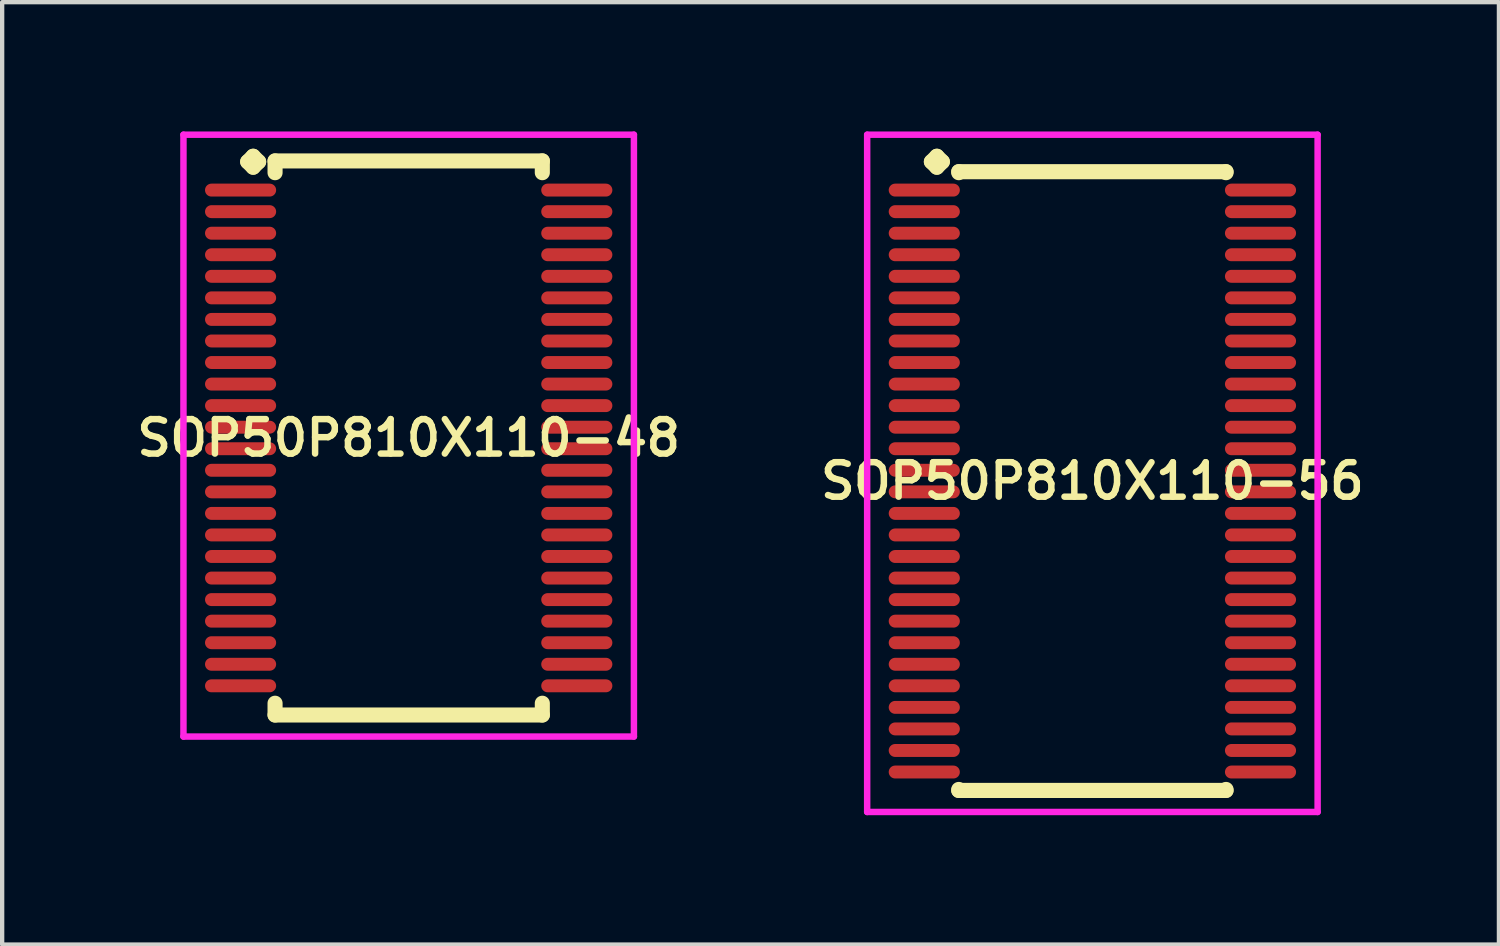
<source format=kicad_pcb>
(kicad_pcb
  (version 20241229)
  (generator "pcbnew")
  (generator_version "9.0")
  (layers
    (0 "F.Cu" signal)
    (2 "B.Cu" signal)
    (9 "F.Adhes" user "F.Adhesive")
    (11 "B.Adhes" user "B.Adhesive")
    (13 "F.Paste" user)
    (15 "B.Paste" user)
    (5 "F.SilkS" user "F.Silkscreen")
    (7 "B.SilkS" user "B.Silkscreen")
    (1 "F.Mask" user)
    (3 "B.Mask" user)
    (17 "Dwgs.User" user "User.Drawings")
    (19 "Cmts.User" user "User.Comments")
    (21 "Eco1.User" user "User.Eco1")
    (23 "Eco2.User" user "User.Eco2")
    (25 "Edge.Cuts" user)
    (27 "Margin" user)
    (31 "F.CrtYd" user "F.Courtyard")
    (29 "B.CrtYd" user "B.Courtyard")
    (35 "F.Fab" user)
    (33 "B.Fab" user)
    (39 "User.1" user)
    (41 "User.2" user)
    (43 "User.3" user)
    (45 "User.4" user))
  (footprint "SOP50P810X110-48"
    (layer "F.Cu")
    (at 6.431 7.11)
    (property "Reference" "SOP50P810X110-48" (at 0 0 0) (layer "F.SilkS") (effects (font (size 0.8 0.8) (thickness 0.15))))
    (attr through_hole)
    (fp_line (start -3.735 -6.408) (end -3.608 -6.535) (stroke (width 0.35) (type solid)) (layer "F.SilkS"))
    (fp_line (start -3.608 -6.535) (end -3.481 -6.408) (stroke (width 0.35) (type solid)) (layer "F.SilkS"))
    (fp_line (start -3.608 -6.281) (end -3.735 -6.408) (stroke (width 0.35) (type solid)) (layer "F.SilkS"))
    (fp_line (start -3.481 -6.408) (end -3.608 -6.281) (stroke (width 0.35) (type solid)) (layer "F.SilkS"))
    (fp_line (start -3.1 -6.427) (end 3.1 -6.427) (stroke (width 0.35) (type solid)) (layer "F.SilkS"))
    (fp_line (start -3.1 -6.154) (end -3.1 -6.427) (stroke (width 0.35) (type solid)) (layer "F.SilkS"))
    (fp_line (start -3.1 6.154) (end -3.1 6.427) (stroke (width 0.35) (type solid)) (layer "F.SilkS"))
    (fp_line (start -3.1 6.427) (end 3.1 6.427) (stroke (width 0.35) (type solid)) (layer "F.SilkS"))
    (fp_line (start 3.1 -6.427) (end 3.1 -6.154) (stroke (width 0.35) (type solid)) (layer "F.SilkS"))
    (fp_line (start 3.1 6.427) (end 3.1 6.154) (stroke (width 0.35) (type solid)) (layer "F.SilkS"))
    (fp_line (start -5.225 -7.035) (end 5.225 -7.035) (stroke (width 0.15) (type solid)) (layer "F.CrtYd"))
    (fp_line (start -5.225 6.927) (end -5.225 -7.035) (stroke (width 0.15) (type solid)) (layer "F.CrtYd"))
    (fp_line (start 5.225 -7.035) (end 5.225 6.927) (stroke (width 0.15) (type solid)) (layer "F.CrtYd"))
    (fp_line (start 5.225 6.927) (end -5.225 6.927) (stroke (width 0.15) (type solid)) (layer "F.CrtYd"))
    (pad "1" smd oval (at -3.9 -5.75) (size 1.65 0.3) (layers "F.Cu" "F.Mask" "F.Paste"))
    (pad "2" smd oval (at -3.9 -5.25) (size 1.65 0.3) (layers "F.Cu" "F.Mask" "F.Paste"))
    (pad "3" smd oval (at -3.9 -4.75) (size 1.65 0.3) (layers "F.Cu" "F.Mask" "F.Paste"))
    (pad "4" smd oval (at -3.9 -4.25) (size 1.65 0.3) (layers "F.Cu" "F.Mask" "F.Paste"))
    (pad "5" smd oval (at -3.9 -3.75) (size 1.65 0.3) (layers "F.Cu" "F.Mask" "F.Paste"))
    (pad "6" smd oval (at -3.9 -3.25) (size 1.65 0.3) (layers "F.Cu" "F.Mask" "F.Paste"))
    (pad "7" smd oval (at -3.9 -2.75) (size 1.65 0.3) (layers "F.Cu" "F.Mask" "F.Paste"))
    (pad "8" smd oval (at -3.9 -2.25) (size 1.65 0.3) (layers "F.Cu" "F.Mask" "F.Paste"))
    (pad "9" smd oval (at -3.9 -1.75) (size 1.65 0.3) (layers "F.Cu" "F.Mask" "F.Paste"))
    (pad "10" smd oval (at -3.9 -1.25) (size 1.65 0.3) (layers "F.Cu" "F.Mask" "F.Paste"))
    (pad "11" smd oval (at -3.9 -0.75) (size 1.65 0.3) (layers "F.Cu" "F.Mask" "F.Paste"))
    (pad "12" smd oval (at -3.9 -0.25) (size 1.65 0.3) (layers "F.Cu" "F.Mask" "F.Paste"))
    (pad "13" smd oval (at -3.9 0.25) (size 1.65 0.3) (layers "F.Cu" "F.Mask" "F.Paste"))
    (pad "14" smd oval (at -3.9 0.75) (size 1.65 0.3) (layers "F.Cu" "F.Mask" "F.Paste"))
    (pad "15" smd oval (at -3.9 1.25) (size 1.65 0.3) (layers "F.Cu" "F.Mask" "F.Paste"))
    (pad "16" smd oval (at -3.9 1.75) (size 1.65 0.3) (layers "F.Cu" "F.Mask" "F.Paste"))
    (pad "17" smd oval (at -3.9 2.25) (size 1.65 0.3) (layers "F.Cu" "F.Mask" "F.Paste"))
    (pad "18" smd oval (at -3.9 2.75) (size 1.65 0.3) (layers "F.Cu" "F.Mask" "F.Paste"))
    (pad "19" smd oval (at -3.9 3.25) (size 1.65 0.3) (layers "F.Cu" "F.Mask" "F.Paste"))
    (pad "20" smd oval (at -3.9 3.75) (size 1.65 0.3) (layers "F.Cu" "F.Mask" "F.Paste"))
    (pad "21" smd oval (at -3.9 4.25) (size 1.65 0.3) (layers "F.Cu" "F.Mask" "F.Paste"))
    (pad "22" smd oval (at -3.9 4.75) (size 1.65 0.3) (layers "F.Cu" "F.Mask" "F.Paste"))
    (pad "23" smd oval (at -3.9 5.25) (size 1.65 0.3) (layers "F.Cu" "F.Mask" "F.Paste"))
    (pad "24" smd oval (at -3.9 5.75) (size 1.65 0.3) (layers "F.Cu" "F.Mask" "F.Paste"))
    (pad "25" smd oval (at 3.9 5.75) (size 1.65 0.3) (layers "F.Cu" "F.Mask" "F.Paste"))
    (pad "26" smd oval (at 3.9 5.25) (size 1.65 0.3) (layers "F.Cu" "F.Mask" "F.Paste"))
    (pad "27" smd oval (at 3.9 4.75) (size 1.65 0.3) (layers "F.Cu" "F.Mask" "F.Paste"))
    (pad "28" smd oval (at 3.9 4.25) (size 1.65 0.3) (layers "F.Cu" "F.Mask" "F.Paste"))
    (pad "29" smd oval (at 3.9 3.75) (size 1.65 0.3) (layers "F.Cu" "F.Mask" "F.Paste"))
    (pad "30" smd oval (at 3.9 3.25) (size 1.65 0.3) (layers "F.Cu" "F.Mask" "F.Paste"))
    (pad "31" smd oval (at 3.9 2.75) (size 1.65 0.3) (layers "F.Cu" "F.Mask" "F.Paste"))
    (pad "32" smd oval (at 3.9 2.25) (size 1.65 0.3) (layers "F.Cu" "F.Mask" "F.Paste"))
    (pad "33" smd oval (at 3.9 1.75) (size 1.65 0.3) (layers "F.Cu" "F.Mask" "F.Paste"))
    (pad "34" smd oval (at 3.9 1.25) (size 1.65 0.3) (layers "F.Cu" "F.Mask" "F.Paste"))
    (pad "35" smd oval (at 3.9 0.75) (size 1.65 0.3) (layers "F.Cu" "F.Mask" "F.Paste"))
    (pad "36" smd oval (at 3.9 0.25) (size 1.65 0.3) (layers "F.Cu" "F.Mask" "F.Paste"))
    (pad "37" smd oval (at 3.9 -0.25) (size 1.65 0.3) (layers "F.Cu" "F.Mask" "F.Paste"))
    (pad "38" smd oval (at 3.9 -0.75) (size 1.65 0.3) (layers "F.Cu" "F.Mask" "F.Paste"))
    (pad "39" smd oval (at 3.9 -1.25) (size 1.65 0.3) (layers "F.Cu" "F.Mask" "F.Paste"))
    (pad "40" smd oval (at 3.9 -1.75) (size 1.65 0.3) (layers "F.Cu" "F.Mask" "F.Paste"))
    (pad "41" smd oval (at 3.9 -2.25) (size 1.65 0.3) (layers "F.Cu" "F.Mask" "F.Paste"))
    (pad "42" smd oval (at 3.9 -2.75) (size 1.65 0.3) (layers "F.Cu" "F.Mask" "F.Paste"))
    (pad "43" smd oval (at 3.9 -3.25) (size 1.65 0.3) (layers "F.Cu" "F.Mask" "F.Paste"))
    (pad "44" smd oval (at 3.9 -3.75) (size 1.65 0.3) (layers "F.Cu" "F.Mask" "F.Paste"))
    (pad "45" smd oval (at 3.9 -4.25) (size 1.65 0.3) (layers "F.Cu" "F.Mask" "F.Paste"))
    (pad "46" smd oval (at 3.9 -4.75) (size 1.65 0.3) (layers "F.Cu" "F.Mask" "F.Paste"))
    (pad "47" smd oval (at 3.9 -5.25) (size 1.65 0.3) (layers "F.Cu" "F.Mask" "F.Paste"))
    (pad "48" smd oval (at 3.9 -5.75) (size 1.65 0.3) (layers "F.Cu" "F.Mask" "F.Paste")))
  (footprint "SOP50P810X110-56"
    (layer "F.Cu")
    (at 22.292 8.11)
    (property "Reference" "SOP50P810X110-56" (at 0 0 0) (layer "F.SilkS") (effects (font (size 0.8 0.8) (thickness 0.15))))
    (attr smd)
    (fp_line (start -3.735 -7.408) (end -3.608 -7.535) (stroke (width 0.35) (type solid)) (layer "F.SilkS"))
    (fp_line (start -3.608 -7.535) (end -3.481 -7.408) (stroke (width 0.35) (type solid)) (layer "F.SilkS"))
    (fp_line (start -3.608 -7.281) (end -3.735 -7.408) (stroke (width 0.35) (type solid)) (layer "F.SilkS"))
    (fp_line (start -3.481 -7.408) (end -3.608 -7.281) (stroke (width 0.35) (type solid)) (layer "F.SilkS"))
    (fp_line (start -3.1 -7.177) (end 3.1 -7.177) (stroke (width 0.35) (type solid)) (layer "F.SilkS"))
    (fp_line (start -3.1 -7.154) (end -3.1 -7.177) (stroke (width 0.35) (type solid)) (layer "F.SilkS"))
    (fp_line (start -3.1 7.154) (end -3.1 7.177) (stroke (width 0.35) (type solid)) (layer "F.SilkS"))
    (fp_line (start -3.1 7.177) (end 3.1 7.177) (stroke (width 0.35) (type solid)) (layer "F.SilkS"))
    (fp_line (start 3.1 -7.177) (end 3.1 -7.154) (stroke (width 0.35) (type solid)) (layer "F.SilkS"))
    (fp_line (start 3.1 7.177) (end 3.1 7.154) (stroke (width 0.35) (type solid)) (layer "F.SilkS"))
    (fp_line (start -5.225 -8.035) (end 5.225 -8.035) (stroke (width 0.15) (type solid)) (layer "F.CrtYd"))
    (fp_line (start -5.225 7.677) (end -5.225 -8.035) (stroke (width 0.15) (type solid)) (layer "F.CrtYd"))
    (fp_line (start 5.225 -8.035) (end 5.225 7.677) (stroke (width 0.15) (type solid)) (layer "F.CrtYd"))
    (fp_line (start 5.225 7.677) (end -5.225 7.677) (stroke (width 0.15) (type solid)) (layer "F.CrtYd"))
    (pad "1" smd oval (at -3.9 -6.75) (size 1.65 0.3) (layers "F.Cu" "F.Mask" "F.Paste"))
    (pad "2" smd oval (at -3.9 -6.25) (size 1.65 0.3) (layers "F.Cu" "F.Mask" "F.Paste"))
    (pad "3" smd oval (at -3.9 -5.75) (size 1.65 0.3) (layers "F.Cu" "F.Mask" "F.Paste"))
    (pad "4" smd oval (at -3.9 -5.25) (size 1.65 0.3) (layers "F.Cu" "F.Mask" "F.Paste"))
    (pad "5" smd oval (at -3.9 -4.75) (size 1.65 0.3) (layers "F.Cu" "F.Mask" "F.Paste"))
    (pad "6" smd oval (at -3.9 -4.25) (size 1.65 0.3) (layers "F.Cu" "F.Mask" "F.Paste"))
    (pad "7" smd oval (at -3.9 -3.75) (size 1.65 0.3) (layers "F.Cu" "F.Mask" "F.Paste"))
    (pad "8" smd oval (at -3.9 -3.25) (size 1.65 0.3) (layers "F.Cu" "F.Mask" "F.Paste"))
    (pad "9" smd oval (at -3.9 -2.75) (size 1.65 0.3) (layers "F.Cu" "F.Mask" "F.Paste"))
    (pad "10" smd oval (at -3.9 -2.25) (size 1.65 0.3) (layers "F.Cu" "F.Mask" "F.Paste"))
    (pad "11" smd oval (at -3.9 -1.75) (size 1.65 0.3) (layers "F.Cu" "F.Mask" "F.Paste"))
    (pad "12" smd oval (at -3.9 -1.25) (size 1.65 0.3) (layers "F.Cu" "F.Mask" "F.Paste"))
    (pad "13" smd oval (at -3.9 -0.75) (size 1.65 0.3) (layers "F.Cu" "F.Mask" "F.Paste"))
    (pad "14" smd oval (at -3.9 -0.25) (size 1.65 0.3) (layers "F.Cu" "F.Mask" "F.Paste"))
    (pad "15" smd oval (at -3.9 0.25) (size 1.65 0.3) (layers "F.Cu" "F.Mask" "F.Paste"))
    (pad "16" smd oval (at -3.9 0.75) (size 1.65 0.3) (layers "F.Cu" "F.Mask" "F.Paste"))
    (pad "17" smd oval (at -3.9 1.25) (size 1.65 0.3) (layers "F.Cu" "F.Mask" "F.Paste"))
    (pad "18" smd oval (at -3.9 1.75) (size 1.65 0.3) (layers "F.Cu" "F.Mask" "F.Paste"))
    (pad "19" smd oval (at -3.9 2.25) (size 1.65 0.3) (layers "F.Cu" "F.Mask" "F.Paste"))
    (pad "20" smd oval (at -3.9 2.75) (size 1.65 0.3) (layers "F.Cu" "F.Mask" "F.Paste"))
    (pad "21" smd oval (at -3.9 3.25) (size 1.65 0.3) (layers "F.Cu" "F.Mask" "F.Paste"))
    (pad "22" smd oval (at -3.9 3.75) (size 1.65 0.3) (layers "F.Cu" "F.Mask" "F.Paste"))
    (pad "23" smd oval (at -3.9 4.25) (size 1.65 0.3) (layers "F.Cu" "F.Mask" "F.Paste"))
    (pad "24" smd oval (at -3.9 4.75) (size 1.65 0.3) (layers "F.Cu" "F.Mask" "F.Paste"))
    (pad "25" smd oval (at -3.9 5.25) (size 1.65 0.3) (layers "F.Cu" "F.Mask" "F.Paste"))
    (pad "26" smd oval (at -3.9 5.75) (size 1.65 0.3) (layers "F.Cu" "F.Mask" "F.Paste"))
    (pad "27" smd oval (at -3.9 6.25) (size 1.65 0.3) (layers "F.Cu" "F.Mask" "F.Paste"))
    (pad "28" smd oval (at -3.9 6.75) (size 1.65 0.3) (layers "F.Cu" "F.Mask" "F.Paste"))
    (pad "29" smd oval (at 3.9 6.75) (size 1.65 0.3) (layers "F.Cu" "F.Mask" "F.Paste"))
    (pad "30" smd oval (at 3.9 6.25) (size 1.65 0.3) (layers "F.Cu" "F.Mask" "F.Paste"))
    (pad "31" smd oval (at 3.9 5.75) (size 1.65 0.3) (layers "F.Cu" "F.Mask" "F.Paste"))
    (pad "32" smd oval (at 3.9 5.25) (size 1.65 0.3) (layers "F.Cu" "F.Mask" "F.Paste"))
    (pad "33" smd oval (at 3.9 4.75) (size 1.65 0.3) (layers "F.Cu" "F.Mask" "F.Paste"))
    (pad "34" smd oval (at 3.9 4.25) (size 1.65 0.3) (layers "F.Cu" "F.Mask" "F.Paste"))
    (pad "35" smd oval (at 3.9 3.75) (size 1.65 0.3) (layers "F.Cu" "F.Mask" "F.Paste"))
    (pad "36" smd oval (at 3.9 3.25) (size 1.65 0.3) (layers "F.Cu" "F.Mask" "F.Paste"))
    (pad "37" smd oval (at 3.9 2.75) (size 1.65 0.3) (layers "F.Cu" "F.Mask" "F.Paste"))
    (pad "38" smd oval (at 3.9 2.25) (size 1.65 0.3) (layers "F.Cu" "F.Mask" "F.Paste"))
    (pad "39" smd oval (at 3.9 1.75) (size 1.65 0.3) (layers "F.Cu" "F.Mask" "F.Paste"))
    (pad "40" smd oval (at 3.9 1.25) (size 1.65 0.3) (layers "F.Cu" "F.Mask" "F.Paste"))
    (pad "41" smd oval (at 3.9 0.75) (size 1.65 0.3) (layers "F.Cu" "F.Mask" "F.Paste"))
    (pad "42" smd oval (at 3.9 0.25) (size 1.65 0.3) (layers "F.Cu" "F.Mask" "F.Paste"))
    (pad "43" smd oval (at 3.9 -0.25) (size 1.65 0.3) (layers "F.Cu" "F.Mask" "F.Paste"))
    (pad "44" smd oval (at 3.9 -0.75) (size 1.65 0.3) (layers "F.Cu" "F.Mask" "F.Paste"))
    (pad "45" smd oval (at 3.9 -1.25) (size 1.65 0.3) (layers "F.Cu" "F.Mask" "F.Paste"))
    (pad "46" smd oval (at 3.9 -1.75) (size 1.65 0.3) (layers "F.Cu" "F.Mask" "F.Paste"))
    (pad "47" smd oval (at 3.9 -2.25) (size 1.65 0.3) (layers "F.Cu" "F.Mask" "F.Paste"))
    (pad "48" smd oval (at 3.9 -2.75) (size 1.65 0.3) (layers "F.Cu" "F.Mask" "F.Paste"))
    (pad "49" smd oval (at 3.9 -3.25) (size 1.65 0.3) (layers "F.Cu" "F.Mask" "F.Paste"))
    (pad "50" smd oval (at 3.9 -3.75) (size 1.65 0.3) (layers "F.Cu" "F.Mask" "F.Paste"))
    (pad "51" smd oval (at 3.9 -4.25) (size 1.65 0.3) (layers "F.Cu" "F.Mask" "F.Paste"))
    (pad "52" smd oval (at 3.9 -4.75) (size 1.65 0.3) (layers "F.Cu" "F.Mask" "F.Paste"))
    (pad "53" smd oval (at 3.9 -5.25) (size 1.65 0.3) (layers "F.Cu" "F.Mask" "F.Paste"))
    (pad "54" smd oval (at 3.9 -5.75) (size 1.65 0.3) (layers "F.Cu" "F.Mask" "F.Paste"))
    (pad "55" smd oval (at 3.9 -6.25) (size 1.65 0.3) (layers "F.Cu" "F.Mask" "F.Paste"))
    (pad "56" smd oval (at 3.9 -6.75) (size 1.65 0.3) (layers "F.Cu" "F.Mask" "F.Paste")))
  (gr_rect
    (start -3 -3)
    (end 31.723 18.862)
    (stroke (width 0.1) (type default))
    (fill no)
    (layer "Edge.Cuts")))
</source>
